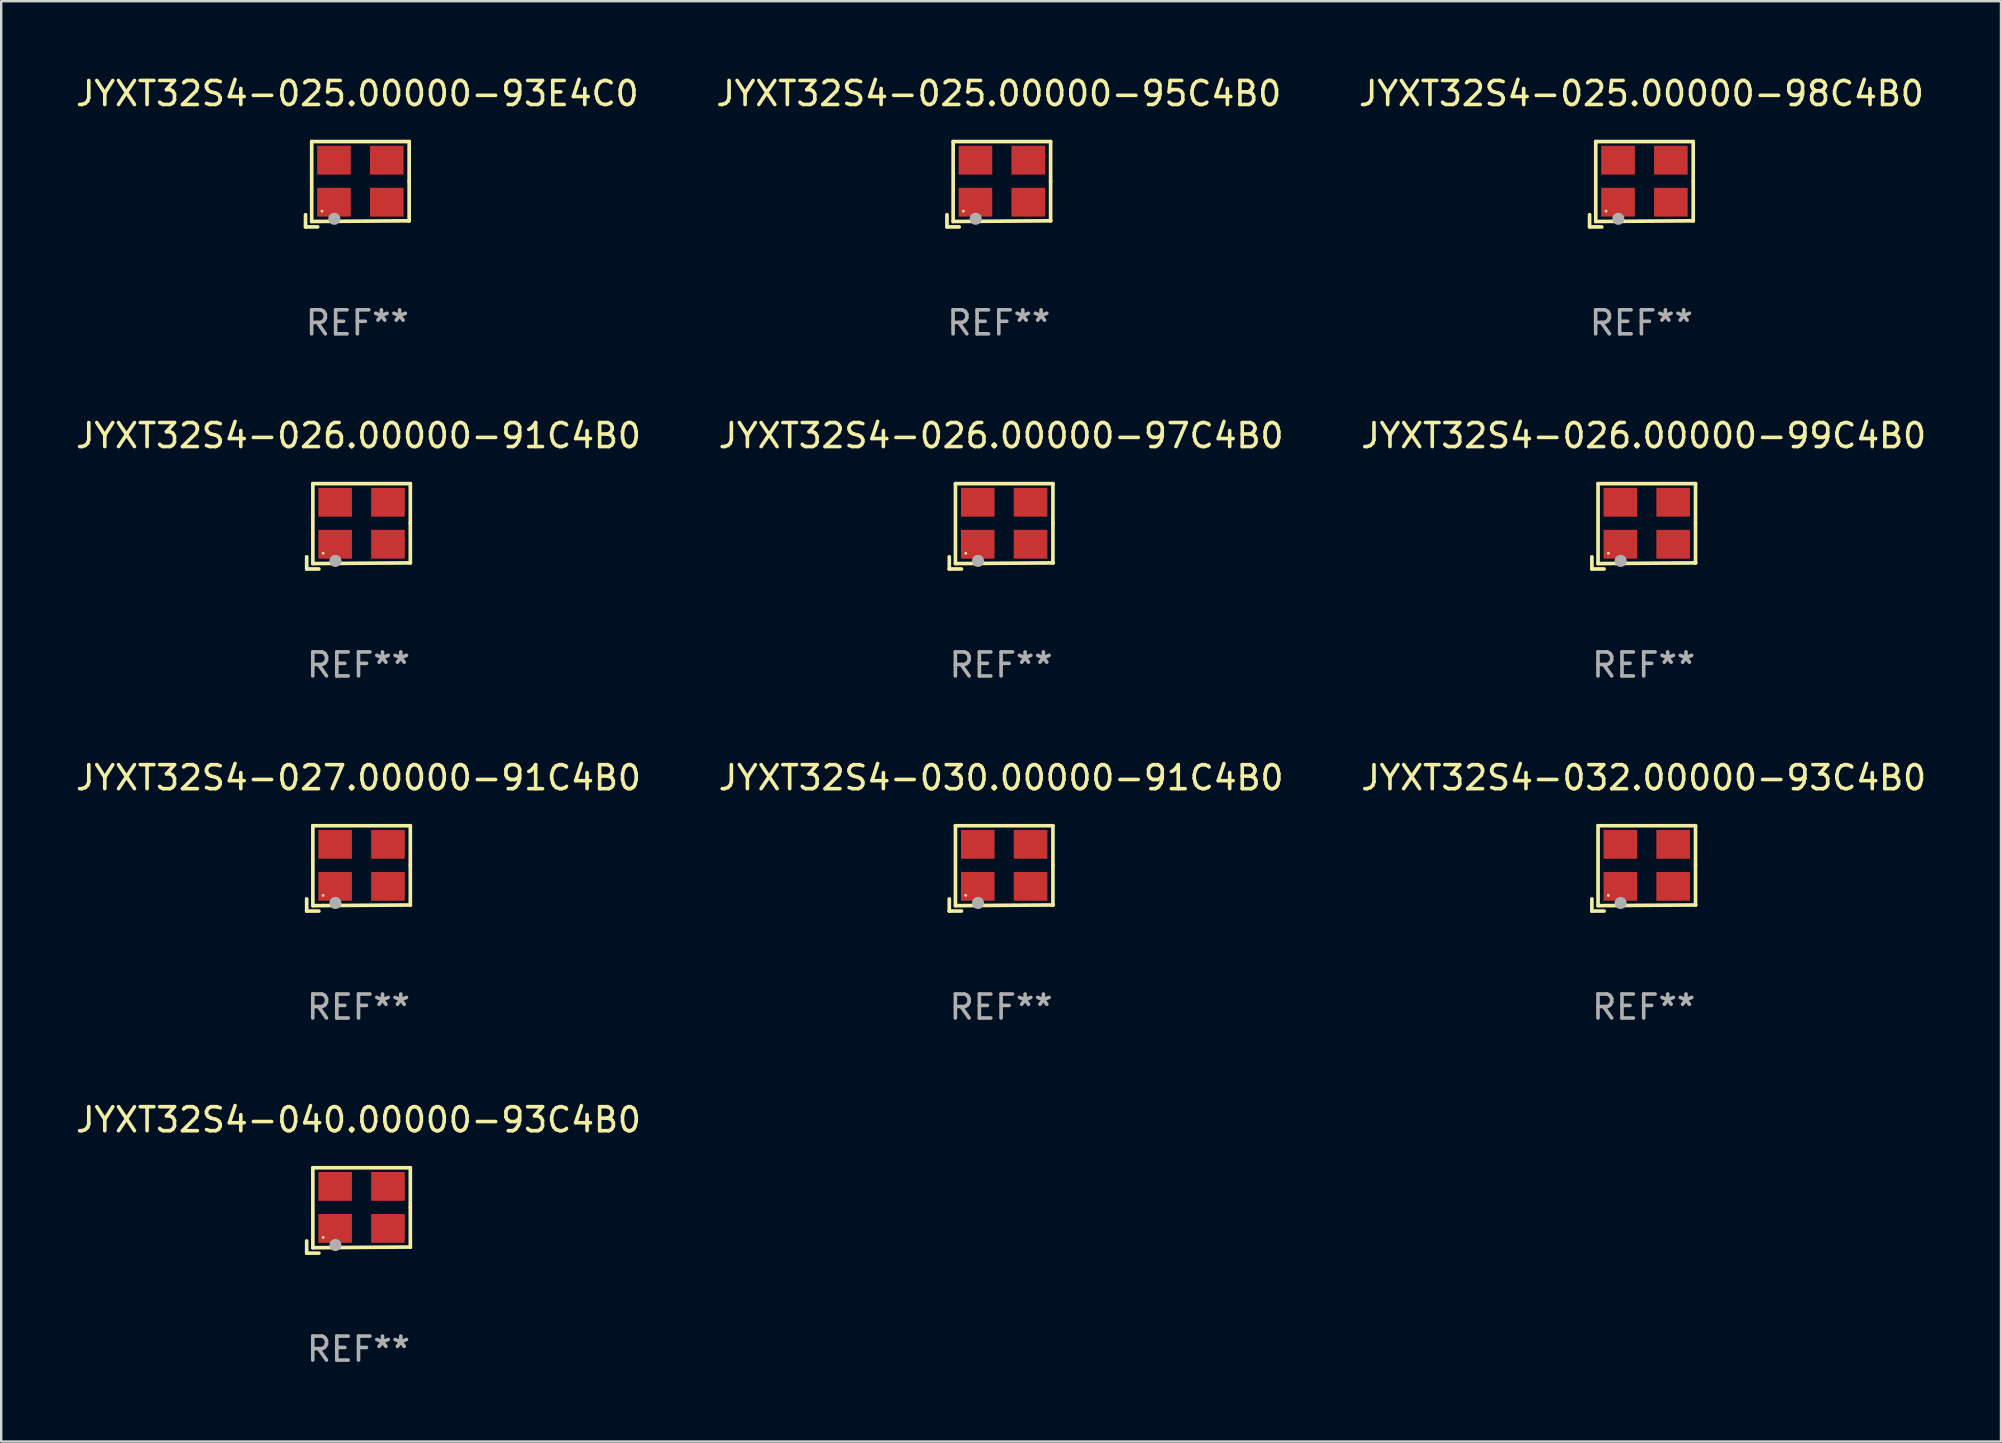
<source format=kicad_pcb>
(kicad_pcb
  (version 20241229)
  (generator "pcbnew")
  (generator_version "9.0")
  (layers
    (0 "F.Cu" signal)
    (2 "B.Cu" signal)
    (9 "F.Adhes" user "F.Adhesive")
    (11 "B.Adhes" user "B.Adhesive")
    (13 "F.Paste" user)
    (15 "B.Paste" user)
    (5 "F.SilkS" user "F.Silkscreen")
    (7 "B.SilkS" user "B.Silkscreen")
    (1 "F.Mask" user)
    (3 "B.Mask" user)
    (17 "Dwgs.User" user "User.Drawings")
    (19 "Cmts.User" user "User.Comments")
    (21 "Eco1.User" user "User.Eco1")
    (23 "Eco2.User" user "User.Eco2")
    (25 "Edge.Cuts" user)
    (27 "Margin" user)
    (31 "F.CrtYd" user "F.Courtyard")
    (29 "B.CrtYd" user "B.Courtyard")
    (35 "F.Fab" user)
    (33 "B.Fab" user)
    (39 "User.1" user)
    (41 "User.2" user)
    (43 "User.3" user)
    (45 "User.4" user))
  (footprint "JYXT32S4-025.00000-93E4C0"
    (layer "F.Cu")
    (at 11.839 4.626)
    (property "Reference" "JYXT32S4-025.00000-93E4C0" (at 0 -3.778 0) (layer "F.SilkS") (effects (font (size 1 1) (thickness 0.15))))
    (attr through_hole)
    (fp_line (start -2.159 1.27) (end -2.159 1.778) (stroke (width 0.152) (type solid)) (layer "F.SilkS"))
    (fp_line (start -2.159 1.778) (end -1.651 1.778) (stroke (width 0.152) (type solid)) (layer "F.SilkS"))
    (fp_line (start -1.902 -1.778) (end 2.159 -1.778) (stroke (width 0.152) (type solid)) (layer "F.SilkS"))
    (fp_line (start -1.902 1.552) (end -1.902 -1.778) (stroke (width 0.152) (type solid)) (layer "F.SilkS"))
    (fp_line (start 2.159 -1.778) (end 2.159 -0.127) (stroke (width 0.152) (type solid)) (layer "F.SilkS"))
    (fp_line (start 2.159 -0.127) (end 2.159 1.524) (stroke (width 0.152) (type solid)) (layer "F.SilkS"))
    (fp_line (start 2.159 1.524) (end -1.902 1.552) (stroke (width 0.152) (type solid)) (layer "F.SilkS"))
    (fp_line (start 2.159 1.524) (end 2.159 1.524) (stroke (width 0.152) (type solid)) (layer "F.SilkS"))
    (fp_circle (center -1.473 1.123) (end -1.443 1.123) (stroke (width 0.06) (type solid)) (fill no) (layer "F.SilkS"))
    (fp_circle (center -0.961 1.44) (end -0.834 1.44) (stroke (width 0.254) (type solid)) (fill no) (layer "F.Fab"))
    (fp_text user "REF**" (at 0 5.778 0) (layer "F.Fab") (effects (font (size 1 1) (thickness 0.15))))
    (pad "1" smd rect (at -0.973 0.748) (size 1.4 1.2) (layers "F.Cu" "F.Mask" "F.Paste"))
    (pad "2" smd rect (at 1.227 0.748) (size 1.4 1.2) (layers "F.Cu" "F.Mask" "F.Paste"))
    (pad "3" smd rect (at 1.227 -1.002) (size 1.4 1.2) (layers "F.Cu" "F.Mask" "F.Paste"))
    (pad "4" smd rect (at -0.973 -1.002) (size 1.4 1.2) (layers "F.Cu" "F.Mask" "F.Paste")))
  (footprint "JYXT32S4-026.00000-99C4B0"
    (layer "F.Cu")
    (at 65.435 18.879)
    (property "Reference" "JYXT32S4-026.00000-99C4B0" (at 0 -3.778 0) (layer "F.SilkS") (effects (font (size 1 1) (thickness 0.15))))
    (attr through_hole)
    (fp_line (start -2.159 1.27) (end -2.159 1.778) (stroke (width 0.152) (type solid)) (layer "F.SilkS"))
    (fp_line (start -2.159 1.778) (end -1.651 1.778) (stroke (width 0.152) (type solid)) (layer "F.SilkS"))
    (fp_line (start -1.902 -1.778) (end 2.159 -1.778) (stroke (width 0.152) (type solid)) (layer "F.SilkS"))
    (fp_line (start -1.902 1.552) (end -1.902 -1.778) (stroke (width 0.152) (type solid)) (layer "F.SilkS"))
    (fp_line (start 2.159 -1.778) (end 2.159 -0.127) (stroke (width 0.152) (type solid)) (layer "F.SilkS"))
    (fp_line (start 2.159 -0.127) (end 2.159 1.524) (stroke (width 0.152) (type solid)) (layer "F.SilkS"))
    (fp_line (start 2.159 1.524) (end -1.902 1.552) (stroke (width 0.152) (type solid)) (layer "F.SilkS"))
    (fp_line (start 2.159 1.524) (end 2.159 1.524) (stroke (width 0.152) (type solid)) (layer "F.SilkS"))
    (fp_circle (center -1.473 1.123) (end -1.443 1.123) (stroke (width 0.06) (type solid)) (fill no) (layer "F.SilkS"))
    (fp_circle (center -0.961 1.44) (end -0.834 1.44) (stroke (width 0.254) (type solid)) (fill no) (layer "F.Fab"))
    (fp_text user "REF**" (at 0 5.778 0) (layer "F.Fab") (effects (font (size 1 1) (thickness 0.15))))
    (pad "1" smd rect (at -0.973 0.748) (size 1.4 1.2) (layers "F.Cu" "F.Mask" "F.Paste"))
    (pad "2" smd rect (at 1.227 0.748) (size 1.4 1.2) (layers "F.Cu" "F.Mask" "F.Paste"))
    (pad "3" smd rect (at 1.227 -1.002) (size 1.4 1.2) (layers "F.Cu" "F.Mask" "F.Paste"))
    (pad "4" smd rect (at -0.973 -1.002) (size 1.4 1.2) (layers "F.Cu" "F.Mask" "F.Paste")))
  (footprint "JYXT32S4-026.00000-97C4B0"
    (layer "F.Cu")
    (at 38.661 18.879)
    (property "Reference" "JYXT32S4-026.00000-97C4B0" (at 0 -3.778 0) (layer "F.SilkS") (effects (font (size 1 1) (thickness 0.15))))
    (attr through_hole)
    (fp_line (start -2.159 1.27) (end -2.159 1.778) (stroke (width 0.152) (type solid)) (layer "F.SilkS"))
    (fp_line (start -2.159 1.778) (end -1.651 1.778) (stroke (width 0.152) (type solid)) (layer "F.SilkS"))
    (fp_line (start -1.902 -1.778) (end 2.159 -1.778) (stroke (width 0.152) (type solid)) (layer "F.SilkS"))
    (fp_line (start -1.902 1.552) (end -1.902 -1.778) (stroke (width 0.152) (type solid)) (layer "F.SilkS"))
    (fp_line (start 2.159 -1.778) (end 2.159 -0.127) (stroke (width 0.152) (type solid)) (layer "F.SilkS"))
    (fp_line (start 2.159 -0.127) (end 2.159 1.524) (stroke (width 0.152) (type solid)) (layer "F.SilkS"))
    (fp_line (start 2.159 1.524) (end -1.902 1.552) (stroke (width 0.152) (type solid)) (layer "F.SilkS"))
    (fp_line (start 2.159 1.524) (end 2.159 1.524) (stroke (width 0.152) (type solid)) (layer "F.SilkS"))
    (fp_circle (center -1.473 1.123) (end -1.443 1.123) (stroke (width 0.06) (type solid)) (fill no) (layer "F.SilkS"))
    (fp_circle (center -0.961 1.44) (end -0.834 1.44) (stroke (width 0.254) (type solid)) (fill no) (layer "F.Fab"))
    (fp_text user "REF**" (at 0 5.778 0) (layer "F.Fab") (effects (font (size 1 1) (thickness 0.15))))
    (pad "1" smd rect (at -0.973 0.748) (size 1.4 1.2) (layers "F.Cu" "F.Mask" "F.Paste"))
    (pad "2" smd rect (at 1.227 0.748) (size 1.4 1.2) (layers "F.Cu" "F.Mask" "F.Paste"))
    (pad "3" smd rect (at 1.227 -1.002) (size 1.4 1.2) (layers "F.Cu" "F.Mask" "F.Paste"))
    (pad "4" smd rect (at -0.973 -1.002) (size 1.4 1.2) (layers "F.Cu" "F.Mask" "F.Paste")))
  (footprint "JYXT32S4-032.00000-93C4B0"
    (layer "F.Cu")
    (at 65.435 33.132)
    (property "Reference" "JYXT32S4-032.00000-93C4B0" (at 0 -3.778 0) (layer "F.SilkS") (effects (font (size 1 1) (thickness 0.15))))
    (attr through_hole)
    (fp_line (start -2.159 1.27) (end -2.159 1.778) (stroke (width 0.152) (type solid)) (layer "F.SilkS"))
    (fp_line (start -2.159 1.778) (end -1.651 1.778) (stroke (width 0.152) (type solid)) (layer "F.SilkS"))
    (fp_line (start -1.902 -1.778) (end 2.159 -1.778) (stroke (width 0.152) (type solid)) (layer "F.SilkS"))
    (fp_line (start -1.902 1.552) (end -1.902 -1.778) (stroke (width 0.152) (type solid)) (layer "F.SilkS"))
    (fp_line (start 2.159 -1.778) (end 2.159 -0.127) (stroke (width 0.152) (type solid)) (layer "F.SilkS"))
    (fp_line (start 2.159 -0.127) (end 2.159 1.524) (stroke (width 0.152) (type solid)) (layer "F.SilkS"))
    (fp_line (start 2.159 1.524) (end -1.902 1.552) (stroke (width 0.152) (type solid)) (layer "F.SilkS"))
    (fp_line (start 2.159 1.524) (end 2.159 1.524) (stroke (width 0.152) (type solid)) (layer "F.SilkS"))
    (fp_circle (center -1.473 1.123) (end -1.443 1.123) (stroke (width 0.06) (type solid)) (fill no) (layer "F.SilkS"))
    (fp_circle (center -0.961 1.44) (end -0.834 1.44) (stroke (width 0.254) (type solid)) (fill no) (layer "F.Fab"))
    (fp_text user "REF**" (at 0 5.778 0) (layer "F.Fab") (effects (font (size 1 1) (thickness 0.15))))
    (pad "1" smd rect (at -0.973 0.748) (size 1.4 1.2) (layers "F.Cu" "F.Mask" "F.Paste"))
    (pad "2" smd rect (at 1.227 0.748) (size 1.4 1.2) (layers "F.Cu" "F.Mask" "F.Paste"))
    (pad "3" smd rect (at 1.227 -1.002) (size 1.4 1.2) (layers "F.Cu" "F.Mask" "F.Paste"))
    (pad "4" smd rect (at -0.973 -1.002) (size 1.4 1.2) (layers "F.Cu" "F.Mask" "F.Paste")))
  (footprint "JYXT32S4-040.00000-93C4B0"
    (layer "F.Cu")
    (at 11.887 47.384)
    (property "Reference" "JYXT32S4-040.00000-93C4B0" (at 0 -3.778 0) (layer "F.SilkS") (effects (font (size 1 1) (thickness 0.15))))
    (attr through_hole)
    (fp_line (start -2.159 1.27) (end -2.159 1.778) (stroke (width 0.152) (type solid)) (layer "F.SilkS"))
    (fp_line (start -2.159 1.778) (end -1.651 1.778) (stroke (width 0.152) (type solid)) (layer "F.SilkS"))
    (fp_line (start -1.902 -1.778) (end 2.159 -1.778) (stroke (width 0.152) (type solid)) (layer "F.SilkS"))
    (fp_line (start -1.902 1.552) (end -1.902 -1.778) (stroke (width 0.152) (type solid)) (layer "F.SilkS"))
    (fp_line (start 2.159 -1.778) (end 2.159 -0.127) (stroke (width 0.152) (type solid)) (layer "F.SilkS"))
    (fp_line (start 2.159 -0.127) (end 2.159 1.524) (stroke (width 0.152) (type solid)) (layer "F.SilkS"))
    (fp_line (start 2.159 1.524) (end -1.902 1.552) (stroke (width 0.152) (type solid)) (layer "F.SilkS"))
    (fp_line (start 2.159 1.524) (end 2.159 1.524) (stroke (width 0.152) (type solid)) (layer "F.SilkS"))
    (fp_circle (center -1.473 1.123) (end -1.443 1.123) (stroke (width 0.06) (type solid)) (fill no) (layer "F.SilkS"))
    (fp_circle (center -0.961 1.44) (end -0.834 1.44) (stroke (width 0.254) (type solid)) (fill no) (layer "F.Fab"))
    (fp_text user "REF**" (at 0 5.778 0) (layer "F.Fab") (effects (font (size 1 1) (thickness 0.15))))
    (pad "1" smd rect (at -0.973 0.748) (size 1.4 1.2) (layers "F.Cu" "F.Mask" "F.Paste"))
    (pad "2" smd rect (at 1.227 0.748) (size 1.4 1.2) (layers "F.Cu" "F.Mask" "F.Paste"))
    (pad "3" smd rect (at 1.227 -1.002) (size 1.4 1.2) (layers "F.Cu" "F.Mask" "F.Paste"))
    (pad "4" smd rect (at -0.973 -1.002) (size 1.4 1.2) (layers "F.Cu" "F.Mask" "F.Paste")))
  (footprint "JYXT32S4-025.00000-95C4B0"
    (layer "F.Cu")
    (at 38.565 4.626)
    (property "Reference" "JYXT32S4-025.00000-95C4B0" (at 0 -3.778 0) (layer "F.SilkS") (effects (font (size 1 1) (thickness 0.15))))
    (attr through_hole)
    (fp_line (start -2.159 1.27) (end -2.159 1.778) (stroke (width 0.152) (type solid)) (layer "F.SilkS"))
    (fp_line (start -2.159 1.778) (end -1.651 1.778) (stroke (width 0.152) (type solid)) (layer "F.SilkS"))
    (fp_line (start -1.902 -1.778) (end 2.159 -1.778) (stroke (width 0.152) (type solid)) (layer "F.SilkS"))
    (fp_line (start -1.902 1.552) (end -1.902 -1.778) (stroke (width 0.152) (type solid)) (layer "F.SilkS"))
    (fp_line (start 2.159 -1.778) (end 2.159 -0.127) (stroke (width 0.152) (type solid)) (layer "F.SilkS"))
    (fp_line (start 2.159 -0.127) (end 2.159 1.524) (stroke (width 0.152) (type solid)) (layer "F.SilkS"))
    (fp_line (start 2.159 1.524) (end -1.902 1.552) (stroke (width 0.152) (type solid)) (layer "F.SilkS"))
    (fp_line (start 2.159 1.524) (end 2.159 1.524) (stroke (width 0.152) (type solid)) (layer "F.SilkS"))
    (fp_circle (center -1.473 1.123) (end -1.443 1.123) (stroke (width 0.06) (type solid)) (fill no) (layer "F.SilkS"))
    (fp_circle (center -0.961 1.44) (end -0.834 1.44) (stroke (width 0.254) (type solid)) (fill no) (layer "F.Fab"))
    (fp_text user "REF**" (at 0 5.778 0) (layer "F.Fab") (effects (font (size 1 1) (thickness 0.15))))
    (pad "1" smd rect (at -0.973 0.748) (size 1.4 1.2) (layers "F.Cu" "F.Mask" "F.Paste"))
    (pad "2" smd rect (at 1.227 0.748) (size 1.4 1.2) (layers "F.Cu" "F.Mask" "F.Paste"))
    (pad "3" smd rect (at 1.227 -1.002) (size 1.4 1.2) (layers "F.Cu" "F.Mask" "F.Paste"))
    (pad "4" smd rect (at -0.973 -1.002) (size 1.4 1.2) (layers "F.Cu" "F.Mask" "F.Paste")))
  (footprint "JYXT32S4-026.00000-91C4B0"
    (layer "F.Cu")
    (at 11.887 18.879)
    (property "Reference" "JYXT32S4-026.00000-91C4B0" (at 0 -3.778 0) (layer "F.SilkS") (effects (font (size 1 1) (thickness 0.15))))
    (attr through_hole)
    (fp_line (start -2.159 1.27) (end -2.159 1.778) (stroke (width 0.152) (type solid)) (layer "F.SilkS"))
    (fp_line (start -2.159 1.778) (end -1.651 1.778) (stroke (width 0.152) (type solid)) (layer "F.SilkS"))
    (fp_line (start -1.902 -1.778) (end 2.159 -1.778) (stroke (width 0.152) (type solid)) (layer "F.SilkS"))
    (fp_line (start -1.902 1.552) (end -1.902 -1.778) (stroke (width 0.152) (type solid)) (layer "F.SilkS"))
    (fp_line (start 2.159 -1.778) (end 2.159 -0.127) (stroke (width 0.152) (type solid)) (layer "F.SilkS"))
    (fp_line (start 2.159 -0.127) (end 2.159 1.524) (stroke (width 0.152) (type solid)) (layer "F.SilkS"))
    (fp_line (start 2.159 1.524) (end -1.902 1.552) (stroke (width 0.152) (type solid)) (layer "F.SilkS"))
    (fp_line (start 2.159 1.524) (end 2.159 1.524) (stroke (width 0.152) (type solid)) (layer "F.SilkS"))
    (fp_circle (center -1.473 1.123) (end -1.443 1.123) (stroke (width 0.06) (type solid)) (fill no) (layer "F.SilkS"))
    (fp_circle (center -0.961 1.44) (end -0.834 1.44) (stroke (width 0.254) (type solid)) (fill no) (layer "F.Fab"))
    (fp_text user "REF**" (at 0 5.778 0) (layer "F.Fab") (effects (font (size 1 1) (thickness 0.15))))
    (pad "1" smd rect (at -0.973 0.748) (size 1.4 1.2) (layers "F.Cu" "F.Mask" "F.Paste"))
    (pad "2" smd rect (at 1.227 0.748) (size 1.4 1.2) (layers "F.Cu" "F.Mask" "F.Paste"))
    (pad "3" smd rect (at 1.227 -1.002) (size 1.4 1.2) (layers "F.Cu" "F.Mask" "F.Paste"))
    (pad "4" smd rect (at -0.973 -1.002) (size 1.4 1.2) (layers "F.Cu" "F.Mask" "F.Paste")))
  (footprint "JYXT32S4-025.00000-98C4B0"
    (layer "F.Cu")
    (at 65.339 4.626)
    (property "Reference" "JYXT32S4-025.00000-98C4B0" (at 0 -3.778 0) (layer "F.SilkS") (effects (font (size 1 1) (thickness 0.15))))
    (attr through_hole)
    (fp_line (start -2.159 1.27) (end -2.159 1.778) (stroke (width 0.152) (type solid)) (layer "F.SilkS"))
    (fp_line (start -2.159 1.778) (end -1.651 1.778) (stroke (width 0.152) (type solid)) (layer "F.SilkS"))
    (fp_line (start -1.902 -1.778) (end 2.159 -1.778) (stroke (width 0.152) (type solid)) (layer "F.SilkS"))
    (fp_line (start -1.902 1.552) (end -1.902 -1.778) (stroke (width 0.152) (type solid)) (layer "F.SilkS"))
    (fp_line (start 2.159 -1.778) (end 2.159 -0.127) (stroke (width 0.152) (type solid)) (layer "F.SilkS"))
    (fp_line (start 2.159 -0.127) (end 2.159 1.524) (stroke (width 0.152) (type solid)) (layer "F.SilkS"))
    (fp_line (start 2.159 1.524) (end -1.902 1.552) (stroke (width 0.152) (type solid)) (layer "F.SilkS"))
    (fp_line (start 2.159 1.524) (end 2.159 1.524) (stroke (width 0.152) (type solid)) (layer "F.SilkS"))
    (fp_circle (center -1.473 1.123) (end -1.443 1.123) (stroke (width 0.06) (type solid)) (fill no) (layer "F.SilkS"))
    (fp_circle (center -0.961 1.44) (end -0.834 1.44) (stroke (width 0.254) (type solid)) (fill no) (layer "F.Fab"))
    (fp_text user "REF**" (at 0 5.778 0) (layer "F.Fab") (effects (font (size 1 1) (thickness 0.15))))
    (pad "1" smd rect (at -0.973 0.748) (size 1.4 1.2) (layers "F.Cu" "F.Mask" "F.Paste"))
    (pad "2" smd rect (at 1.227 0.748) (size 1.4 1.2) (layers "F.Cu" "F.Mask" "F.Paste"))
    (pad "3" smd rect (at 1.227 -1.002) (size 1.4 1.2) (layers "F.Cu" "F.Mask" "F.Paste"))
    (pad "4" smd rect (at -0.973 -1.002) (size 1.4 1.2) (layers "F.Cu" "F.Mask" "F.Paste")))
  (footprint "JYXT32S4-030.00000-91C4B0"
    (layer "F.Cu")
    (at 38.661 33.132)
    (property "Reference" "JYXT32S4-030.00000-91C4B0" (at 0 -3.778 0) (layer "F.SilkS") (effects (font (size 1 1) (thickness 0.15))))
    (attr through_hole)
    (fp_line (start -2.159 1.27) (end -2.159 1.778) (stroke (width 0.152) (type solid)) (layer "F.SilkS"))
    (fp_line (start -2.159 1.778) (end -1.651 1.778) (stroke (width 0.152) (type solid)) (layer "F.SilkS"))
    (fp_line (start -1.902 -1.778) (end 2.159 -1.778) (stroke (width 0.152) (type solid)) (layer "F.SilkS"))
    (fp_line (start -1.902 1.552) (end -1.902 -1.778) (stroke (width 0.152) (type solid)) (layer "F.SilkS"))
    (fp_line (start 2.159 -1.778) (end 2.159 -0.127) (stroke (width 0.152) (type solid)) (layer "F.SilkS"))
    (fp_line (start 2.159 -0.127) (end 2.159 1.524) (stroke (width 0.152) (type solid)) (layer "F.SilkS"))
    (fp_line (start 2.159 1.524) (end -1.902 1.552) (stroke (width 0.152) (type solid)) (layer "F.SilkS"))
    (fp_line (start 2.159 1.524) (end 2.159 1.524) (stroke (width 0.152) (type solid)) (layer "F.SilkS"))
    (fp_circle (center -1.473 1.123) (end -1.443 1.123) (stroke (width 0.06) (type solid)) (fill no) (layer "F.SilkS"))
    (fp_circle (center -0.961 1.44) (end -0.834 1.44) (stroke (width 0.254) (type solid)) (fill no) (layer "F.Fab"))
    (fp_text user "REF**" (at 0 5.778 0) (layer "F.Fab") (effects (font (size 1 1) (thickness 0.15))))
    (pad "1" smd rect (at -0.973 0.748) (size 1.4 1.2) (layers "F.Cu" "F.Mask" "F.Paste"))
    (pad "2" smd rect (at 1.227 0.748) (size 1.4 1.2) (layers "F.Cu" "F.Mask" "F.Paste"))
    (pad "3" smd rect (at 1.227 -1.002) (size 1.4 1.2) (layers "F.Cu" "F.Mask" "F.Paste"))
    (pad "4" smd rect (at -0.973 -1.002) (size 1.4 1.2) (layers "F.Cu" "F.Mask" "F.Paste")))
  (footprint "JYXT32S4-027.00000-91C4B0"
    (layer "F.Cu")
    (at 11.887 33.132)
    (property "Reference" "JYXT32S4-027.00000-91C4B0" (at 0 -3.778 0) (layer "F.SilkS") (effects (font (size 1 1) (thickness 0.15))))
    (attr through_hole)
    (fp_line (start -2.159 1.27) (end -2.159 1.778) (stroke (width 0.152) (type solid)) (layer "F.SilkS"))
    (fp_line (start -2.159 1.778) (end -1.651 1.778) (stroke (width 0.152) (type solid)) (layer "F.SilkS"))
    (fp_line (start -1.902 -1.778) (end 2.159 -1.778) (stroke (width 0.152) (type solid)) (layer "F.SilkS"))
    (fp_line (start -1.902 1.552) (end -1.902 -1.778) (stroke (width 0.152) (type solid)) (layer "F.SilkS"))
    (fp_line (start 2.159 -1.778) (end 2.159 -0.127) (stroke (width 0.152) (type solid)) (layer "F.SilkS"))
    (fp_line (start 2.159 -0.127) (end 2.159 1.524) (stroke (width 0.152) (type solid)) (layer "F.SilkS"))
    (fp_line (start 2.159 1.524) (end -1.902 1.552) (stroke (width 0.152) (type solid)) (layer "F.SilkS"))
    (fp_line (start 2.159 1.524) (end 2.159 1.524) (stroke (width 0.152) (type solid)) (layer "F.SilkS"))
    (fp_circle (center -1.473 1.123) (end -1.443 1.123) (stroke (width 0.06) (type solid)) (fill no) (layer "F.SilkS"))
    (fp_circle (center -0.961 1.44) (end -0.834 1.44) (stroke (width 0.254) (type solid)) (fill no) (layer "F.Fab"))
    (fp_text user "REF**" (at 0 5.778 0) (layer "F.Fab") (effects (font (size 1 1) (thickness 0.15))))
    (pad "1" smd rect (at -0.973 0.748) (size 1.4 1.2) (layers "F.Cu" "F.Mask" "F.Paste"))
    (pad "2" smd rect (at 1.227 0.748) (size 1.4 1.2) (layers "F.Cu" "F.Mask" "F.Paste"))
    (pad "3" smd rect (at 1.227 -1.002) (size 1.4 1.2) (layers "F.Cu" "F.Mask" "F.Paste"))
    (pad "4" smd rect (at -0.973 -1.002) (size 1.4 1.2) (layers "F.Cu" "F.Mask" "F.Paste")))
  (gr_rect
    (start -3 -3)
    (end 80.321 57.011)
    (stroke (width 0.1) (type default))
    (fill no)
    (layer "Edge.Cuts")))
</source>
